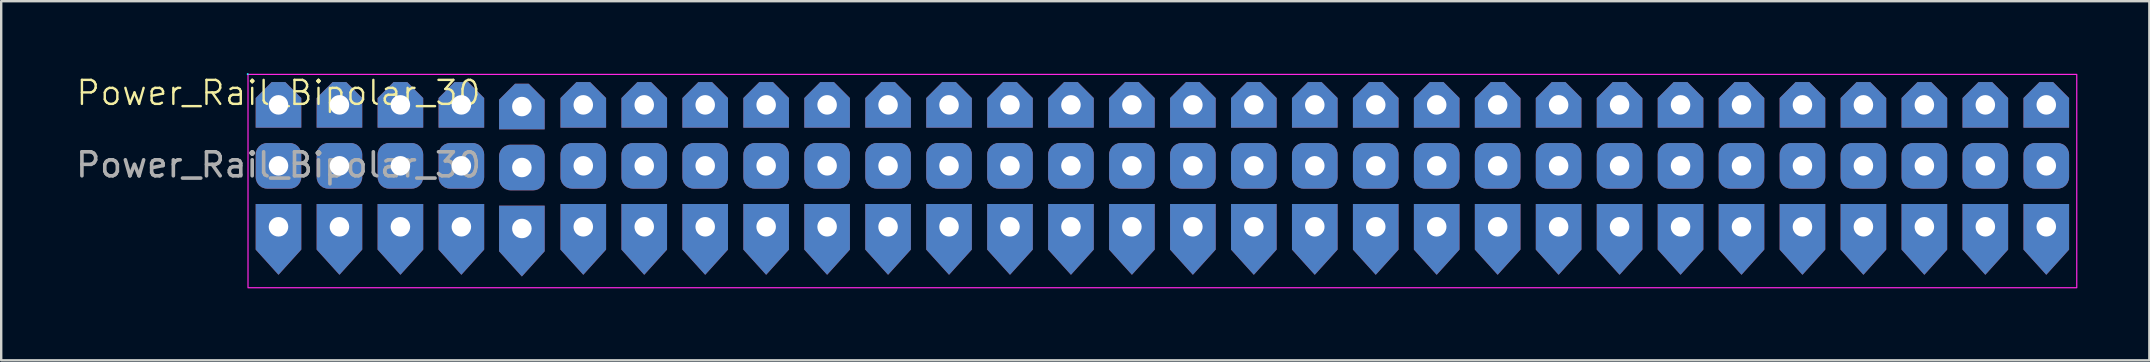
<source format=kicad_pcb>
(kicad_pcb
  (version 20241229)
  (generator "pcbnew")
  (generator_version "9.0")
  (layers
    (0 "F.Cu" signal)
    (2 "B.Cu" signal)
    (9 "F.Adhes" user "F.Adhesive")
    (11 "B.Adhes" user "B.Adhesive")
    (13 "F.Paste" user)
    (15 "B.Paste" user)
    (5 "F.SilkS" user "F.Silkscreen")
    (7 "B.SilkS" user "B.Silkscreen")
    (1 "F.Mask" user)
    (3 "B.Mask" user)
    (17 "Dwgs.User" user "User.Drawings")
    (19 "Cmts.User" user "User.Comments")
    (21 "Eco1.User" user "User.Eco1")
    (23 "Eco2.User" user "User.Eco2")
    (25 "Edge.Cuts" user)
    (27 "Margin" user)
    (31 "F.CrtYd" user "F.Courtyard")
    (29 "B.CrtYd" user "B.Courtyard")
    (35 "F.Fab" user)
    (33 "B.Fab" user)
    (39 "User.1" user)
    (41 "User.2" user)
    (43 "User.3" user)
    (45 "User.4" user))
  (footprint "Power_Rail_Bipolar_30"
    (layer "F.Cu")
    (at 8.554 1.32)
    (property "Reference" "Power_Rail_Bipolar_30" (at 0 -0.5 0) (unlocked yes) (layer "F.SilkS") (effects (font (size 1 1) (thickness 0.1))))
    (attr through_hole)
    (fp_rect (start -1.295 -1.295) (end -1.27 -1.27) (stroke (width 0.05) (type default)) (fill no) (layer "B.CrtYd"))
    (fp_rect (start -1.27 -1.27) (end 74.93 7.62) (stroke (width 0.05) (type default)) (fill no) (layer "F.CrtYd"))
    (fp_text user "${REFERENCE}" (at 0 2.5 0) (unlocked yes) (layer "F.Fab") (effects (font (size 1 1) (thickness 0.15))))
    (pad "1" thru_hole roundrect (at 0 0) (size 1.9 1.9) (drill 0.813) (layers "*.Cu" "*.Mask") (roundrect_rratio 0) (chamfer_ratio 0.35) (chamfer top_left top_right))
    (pad "1" thru_hole roundrect (at 2.54 0) (size 1.9 1.9) (drill 0.813) (layers "*.Cu" "*.Mask") (roundrect_rratio 0) (chamfer_ratio 0.35) (chamfer top_left top_right))
    (pad "1" thru_hole roundrect (at 5.08 0) (size 1.9 1.9) (drill 0.813) (layers "*.Cu" "*.Mask") (roundrect_rratio 0) (chamfer_ratio 0.35) (chamfer top_left top_right))
    (pad "1" thru_hole roundrect (at 7.62 0) (size 1.9 1.9) (drill 0.813) (layers "*.Cu" "*.Mask") (roundrect_rratio 0) (chamfer_ratio 0.35) (chamfer top_left top_right))
    (pad "1" thru_hole roundrect (at 10.141 0.07) (size 1.9 1.9) (drill 0.813) (layers "*.Cu" "*.Mask") (roundrect_rratio 0) (chamfer_ratio 0.35) (chamfer top_left top_right))
    (pad "1" thru_hole roundrect (at 12.7 0) (size 1.9 1.9) (drill 0.813) (layers "*.Cu" "*.Mask") (roundrect_rratio 0) (chamfer_ratio 0.35) (chamfer top_left top_right))
    (pad "1" thru_hole roundrect (at 15.24 0) (size 1.9 1.9) (drill 0.813) (layers "*.Cu" "*.Mask") (roundrect_rratio 0) (chamfer_ratio 0.35) (chamfer top_left top_right))
    (pad "1" thru_hole roundrect (at 17.78 0) (size 1.9 1.9) (drill 0.813) (layers "*.Cu" "*.Mask") (roundrect_rratio 0) (chamfer_ratio 0.35) (chamfer top_left top_right))
    (pad "1" thru_hole roundrect (at 20.32 0) (size 1.9 1.9) (drill 0.813) (layers "*.Cu" "*.Mask") (roundrect_rratio 0) (chamfer_ratio 0.35) (chamfer top_left top_right))
    (pad "1" thru_hole roundrect (at 22.86 0) (size 1.9 1.9) (drill 0.813) (layers "*.Cu" "*.Mask") (roundrect_rratio 0) (chamfer_ratio 0.35) (chamfer top_left top_right))
    (pad "1" thru_hole roundrect (at 25.4 0) (size 1.9 1.9) (drill 0.813) (layers "*.Cu" "*.Mask") (roundrect_rratio 0) (chamfer_ratio 0.35) (chamfer top_left top_right))
    (pad "1" thru_hole roundrect (at 27.94 0) (size 1.9 1.9) (drill 0.813) (layers "*.Cu" "*.Mask") (roundrect_rratio 0) (chamfer_ratio 0.35) (chamfer top_left top_right))
    (pad "1" thru_hole roundrect (at 30.48 0) (size 1.9 1.9) (drill 0.813) (layers "*.Cu" "*.Mask") (roundrect_rratio 0) (chamfer_ratio 0.35) (chamfer top_left top_right))
    (pad "1" thru_hole roundrect (at 33.02 0) (size 1.9 1.9) (drill 0.813) (layers "*.Cu" "*.Mask") (roundrect_rratio 0) (chamfer_ratio 0.35) (chamfer top_left top_right))
    (pad "1" thru_hole roundrect (at 35.56 0) (size 1.9 1.9) (drill 0.813) (layers "*.Cu" "*.Mask") (roundrect_rratio 0) (chamfer_ratio 0.35) (chamfer top_left top_right))
    (pad "1" thru_hole roundrect (at 38.1 0) (size 1.9 1.9) (drill 0.813) (layers "*.Cu" "*.Mask") (roundrect_rratio 0) (chamfer_ratio 0.35) (chamfer top_left top_right))
    (pad "1" thru_hole roundrect (at 40.64 0) (size 1.9 1.9) (drill 0.813) (layers "*.Cu" "*.Mask") (roundrect_rratio 0) (chamfer_ratio 0.35) (chamfer top_left top_right))
    (pad "1" thru_hole roundrect (at 43.18 0) (size 1.9 1.9) (drill 0.813) (layers "*.Cu" "*.Mask") (roundrect_rratio 0) (chamfer_ratio 0.35) (chamfer top_left top_right))
    (pad "1" thru_hole roundrect (at 45.72 0) (size 1.9 1.9) (drill 0.813) (layers "*.Cu" "*.Mask") (roundrect_rratio 0) (chamfer_ratio 0.35) (chamfer top_left top_right))
    (pad "1" thru_hole roundrect (at 48.26 0) (size 1.9 1.9) (drill 0.813) (layers "*.Cu" "*.Mask") (roundrect_rratio 0) (chamfer_ratio 0.35) (chamfer top_left top_right))
    (pad "1" thru_hole roundrect (at 50.8 0) (size 1.9 1.9) (drill 0.813) (layers "*.Cu" "*.Mask") (roundrect_rratio 0) (chamfer_ratio 0.35) (chamfer top_left top_right))
    (pad "1" thru_hole roundrect (at 53.34 0) (size 1.9 1.9) (drill 0.813) (layers "*.Cu" "*.Mask") (roundrect_rratio 0) (chamfer_ratio 0.35) (chamfer top_left top_right))
    (pad "1" thru_hole roundrect (at 55.88 0) (size 1.9 1.9) (drill 0.813) (layers "*.Cu" "*.Mask") (roundrect_rratio 0) (chamfer_ratio 0.35) (chamfer top_left top_right))
    (pad "1" thru_hole roundrect (at 58.42 0) (size 1.9 1.9) (drill 0.813) (layers "*.Cu" "*.Mask") (roundrect_rratio 0) (chamfer_ratio 0.35) (chamfer top_left top_right))
    (pad "1" thru_hole roundrect (at 60.96 0) (size 1.9 1.9) (drill 0.813) (layers "*.Cu" "*.Mask") (roundrect_rratio 0) (chamfer_ratio 0.35) (chamfer top_left top_right))
    (pad "1" thru_hole roundrect (at 63.5 0) (size 1.9 1.9) (drill 0.813) (layers "*.Cu" "*.Mask") (roundrect_rratio 0) (chamfer_ratio 0.35) (chamfer top_left top_right))
    (pad "1" thru_hole roundrect (at 66.04 0) (size 1.9 1.9) (drill 0.813) (layers "*.Cu" "*.Mask") (roundrect_rratio 0) (chamfer_ratio 0.35) (chamfer top_left top_right))
    (pad "1" thru_hole roundrect (at 68.58 0) (size 1.9 1.9) (drill 0.813) (layers "*.Cu" "*.Mask") (roundrect_rratio 0) (chamfer_ratio 0.35) (chamfer top_left top_right))
    (pad "1" thru_hole roundrect (at 71.12 0) (size 1.9 1.9) (drill 0.813) (layers "*.Cu" "*.Mask") (roundrect_rratio 0) (chamfer_ratio 0.35) (chamfer top_left top_right))
    (pad "1" thru_hole roundrect (at 73.66 0) (size 1.9 1.9) (drill 0.813) (layers "*.Cu" "*.Mask") (roundrect_rratio 0) (chamfer_ratio 0.35) (chamfer top_left top_right))
    (pad "2" thru_hole roundrect (at 0 2.54) (size 1.9 1.9) (drill 0.813) (layers "*.Cu" "*.Mask") (roundrect_rratio 0.25))
    (pad "2" thru_hole roundrect (at 2.54 2.54) (size 1.9 1.9) (drill 0.813) (layers "*.Cu" "*.Mask") (roundrect_rratio 0.25))
    (pad "2" thru_hole roundrect (at 5.08 2.54) (size 1.9 1.9) (drill 0.813) (layers "*.Cu" "*.Mask") (roundrect_rratio 0.25))
    (pad "2" thru_hole roundrect (at 7.62 2.54) (size 1.9 1.9) (drill 0.813) (layers "*.Cu" "*.Mask") (roundrect_rratio 0.25))
    (pad "2" thru_hole roundrect (at 10.141 2.61) (size 1.9 1.9) (drill 0.813) (layers "*.Cu" "*.Mask") (roundrect_rratio 0.25))
    (pad "2" thru_hole roundrect (at 12.7 2.54) (size 1.9 1.9) (drill 0.813) (layers "*.Cu" "*.Mask") (roundrect_rratio 0.25))
    (pad "2" thru_hole roundrect (at 15.24 2.54) (size 1.9 1.9) (drill 0.813) (layers "*.Cu" "*.Mask") (roundrect_rratio 0.25))
    (pad "2" thru_hole roundrect (at 17.78 2.54) (size 1.9 1.9) (drill 0.813) (layers "*.Cu" "*.Mask") (roundrect_rratio 0.25))
    (pad "2" thru_hole roundrect (at 20.32 2.54) (size 1.9 1.9) (drill 0.813) (layers "*.Cu" "*.Mask") (roundrect_rratio 0.25))
    (pad "2" thru_hole roundrect (at 22.86 2.54) (size 1.9 1.9) (drill 0.813) (layers "*.Cu" "*.Mask") (roundrect_rratio 0.25))
    (pad "2" thru_hole roundrect (at 25.4 2.54) (size 1.9 1.9) (drill 0.813) (layers "*.Cu" "*.Mask") (roundrect_rratio 0.25))
    (pad "2" thru_hole roundrect (at 27.94 2.54) (size 1.9 1.9) (drill 0.813) (layers "*.Cu" "*.Mask") (roundrect_rratio 0.25))
    (pad "2" thru_hole roundrect (at 30.48 2.54) (size 1.9 1.9) (drill 0.813) (layers "*.Cu" "*.Mask") (roundrect_rratio 0.25))
    (pad "2" thru_hole roundrect (at 33.02 2.54) (size 1.9 1.9) (drill 0.813) (layers "*.Cu" "*.Mask") (roundrect_rratio 0.25))
    (pad "2" thru_hole roundrect (at 35.56 2.54) (size 1.9 1.9) (drill 0.813) (layers "*.Cu" "*.Mask") (roundrect_rratio 0.25))
    (pad "2" thru_hole roundrect (at 38.1 2.54) (size 1.9 1.9) (drill 0.813) (layers "*.Cu" "*.Mask") (roundrect_rratio 0.25))
    (pad "2" thru_hole roundrect (at 40.64 2.54) (size 1.9 1.9) (drill 0.813) (layers "*.Cu" "*.Mask") (roundrect_rratio 0.25))
    (pad "2" thru_hole roundrect (at 43.18 2.54) (size 1.9 1.9) (drill 0.813) (layers "*.Cu" "*.Mask") (roundrect_rratio 0.25))
    (pad "2" thru_hole roundrect (at 45.72 2.54) (size 1.9 1.9) (drill 0.813) (layers "*.Cu" "*.Mask") (roundrect_rratio 0.25))
    (pad "2" thru_hole roundrect (at 48.26 2.54) (size 1.9 1.9) (drill 0.813) (layers "*.Cu" "*.Mask") (roundrect_rratio 0.25))
    (pad "2" thru_hole roundrect (at 50.8 2.54) (size 1.9 1.9) (drill 0.813) (layers "*.Cu" "*.Mask") (roundrect_rratio 0.25))
    (pad "2" thru_hole roundrect (at 53.34 2.54) (size 1.9 1.9) (drill 0.813) (layers "*.Cu" "*.Mask") (roundrect_rratio 0.25))
    (pad "2" thru_hole roundrect (at 55.88 2.54) (size 1.9 1.9) (drill 0.813) (layers "*.Cu" "*.Mask") (roundrect_rratio 0.25))
    (pad "2" thru_hole roundrect (at 58.42 2.54) (size 1.9 1.9) (drill 0.813) (layers "*.Cu" "*.Mask") (roundrect_rratio 0.25))
    (pad "2" thru_hole roundrect (at 60.96 2.54) (size 1.9 1.9) (drill 0.813) (layers "*.Cu" "*.Mask") (roundrect_rratio 0.25))
    (pad "2" thru_hole roundrect (at 63.5 2.54) (size 1.9 1.9) (drill 0.813) (layers "*.Cu" "*.Mask") (roundrect_rratio 0.25))
    (pad "2" thru_hole roundrect (at 66.04 2.54) (size 1.9 1.9) (drill 0.813) (layers "*.Cu" "*.Mask") (roundrect_rratio 0.25))
    (pad "2" thru_hole roundrect (at 68.58 2.54) (size 1.9 1.9) (drill 0.813) (layers "*.Cu" "*.Mask") (roundrect_rratio 0.25))
    (pad "2" thru_hole roundrect (at 71.12 2.54) (size 1.9 1.9) (drill 0.813) (layers "*.Cu" "*.Mask") (roundrect_rratio 0.25))
    (pad "2" thru_hole roundrect (at 73.66 2.54) (size 1.9 1.9) (drill 0.813) (layers "*.Cu" "*.Mask") (roundrect_rratio 0.25))
    (pad "3" thru_hole custom (at 0 5.08) (size 1.9 1.9) (drill 0.813) (layers "*.Cu" "*.Mask") (options (anchor rect)) (primitives (gr_poly (pts (xy -0.95 0.95) (xy 0 2) (xy 0.95 0.95)) (width 0) (fill yes))))
    (pad "3" thru_hole custom (at 2.54 5.08) (size 1.9 1.9) (drill 0.813) (layers "*.Cu" "*.Mask") (options (anchor rect)) (primitives (gr_poly (pts (xy -0.95 0.95) (xy 0 2) (xy 0.95 0.95)) (width 0) (fill yes))))
    (pad "3" thru_hole custom (at 5.08 5.08) (size 1.9 1.9) (drill 0.813) (layers "*.Cu" "*.Mask") (options (anchor rect)) (primitives (gr_poly (pts (xy -0.95 0.95) (xy 0 2) (xy 0.95 0.95)) (width 0) (fill yes))))
    (pad "3" thru_hole custom (at 7.62 5.08) (size 1.9 1.9) (drill 0.813) (layers "*.Cu" "*.Mask") (options (anchor rect)) (primitives (gr_poly (pts (xy -0.95 0.95) (xy 0 2) (xy 0.95 0.95)) (width 0) (fill yes))))
    (pad "3" thru_hole custom (at 10.141 5.15) (size 1.9 1.9) (drill 0.813) (layers "*.Cu" "*.Mask") (options (anchor rect)) (primitives (gr_poly (pts (xy -0.95 0.95) (xy 0 2) (xy 0.95 0.95)) (width 0) (fill yes))))
    (pad "3" thru_hole custom (at 12.7 5.08) (size 1.9 1.9) (drill 0.813) (layers "*.Cu" "*.Mask") (options (anchor rect)) (primitives (gr_poly (pts (xy -0.95 0.95) (xy 0 2) (xy 0.95 0.95)) (width 0) (fill yes))))
    (pad "3" thru_hole custom (at 15.24 5.08) (size 1.9 1.9) (drill 0.813) (layers "*.Cu" "*.Mask") (options (anchor rect)) (primitives (gr_poly (pts (xy -0.95 0.95) (xy 0 2) (xy 0.95 0.95)) (width 0) (fill yes))))
    (pad "3" thru_hole custom (at 17.78 5.08) (size 1.9 1.9) (drill 0.813) (layers "*.Cu" "*.Mask") (options (anchor rect)) (primitives (gr_poly (pts (xy -0.95 0.95) (xy 0 2) (xy 0.95 0.95)) (width 0) (fill yes))))
    (pad "3" thru_hole custom (at 20.32 5.08) (size 1.9 1.9) (drill 0.813) (layers "*.Cu" "*.Mask") (options (anchor rect)) (primitives (gr_poly (pts (xy -0.95 0.95) (xy 0 2) (xy 0.95 0.95)) (width 0) (fill yes))))
    (pad "3" thru_hole custom (at 22.86 5.08) (size 1.9 1.9) (drill 0.813) (layers "*.Cu" "*.Mask") (options (anchor rect)) (primitives (gr_poly (pts (xy -0.95 0.95) (xy 0 2) (xy 0.95 0.95)) (width 0) (fill yes))))
    (pad "3" thru_hole custom (at 25.4 5.08) (size 1.9 1.9) (drill 0.813) (layers "*.Cu" "*.Mask") (options (anchor rect)) (primitives (gr_poly (pts (xy -0.95 0.95) (xy 0 2) (xy 0.95 0.95)) (width 0) (fill yes))))
    (pad "3" thru_hole custom (at 27.94 5.08) (size 1.9 1.9) (drill 0.813) (layers "*.Cu" "*.Mask") (options (anchor rect)) (primitives (gr_poly (pts (xy -0.95 0.95) (xy 0 2) (xy 0.95 0.95)) (width 0) (fill yes))))
    (pad "3" thru_hole custom (at 30.48 5.08) (size 1.9 1.9) (drill 0.813) (layers "*.Cu" "*.Mask") (options (anchor rect)) (primitives (gr_poly (pts (xy -0.95 0.95) (xy 0 2) (xy 0.95 0.95)) (width 0) (fill yes))))
    (pad "3" thru_hole custom (at 33.02 5.08) (size 1.9 1.9) (drill 0.813) (layers "*.Cu" "*.Mask") (options (anchor rect)) (primitives (gr_poly (pts (xy -0.95 0.95) (xy 0 2) (xy 0.95 0.95)) (width 0) (fill yes))))
    (pad "3" thru_hole custom (at 35.56 5.08) (size 1.9 1.9) (drill 0.813) (layers "*.Cu" "*.Mask") (options (anchor rect)) (primitives (gr_poly (pts (xy -0.95 0.95) (xy 0 2) (xy 0.95 0.95)) (width 0) (fill yes))))
    (pad "3" thru_hole custom (at 38.1 5.08) (size 1.9 1.9) (drill 0.813) (layers "*.Cu" "*.Mask") (options (anchor rect)) (primitives (gr_poly (pts (xy -0.95 0.95) (xy 0 2) (xy 0.95 0.95)) (width 0) (fill yes))))
    (pad "3" thru_hole custom (at 40.64 5.08) (size 1.9 1.9) (drill 0.813) (layers "*.Cu" "*.Mask") (options (anchor rect)) (primitives (gr_poly (pts (xy -0.95 0.95) (xy 0 2) (xy 0.95 0.95)) (width 0) (fill yes))))
    (pad "3" thru_hole custom (at 43.18 5.08) (size 1.9 1.9) (drill 0.813) (layers "*.Cu" "*.Mask") (options (anchor rect)) (primitives (gr_poly (pts (xy -0.95 0.95) (xy 0 2) (xy 0.95 0.95)) (width 0) (fill yes))))
    (pad "3" thru_hole custom (at 45.72 5.08) (size 1.9 1.9) (drill 0.813) (layers "*.Cu" "*.Mask") (options (anchor rect)) (primitives (gr_poly (pts (xy -0.95 0.95) (xy 0 2) (xy 0.95 0.95)) (width 0) (fill yes))))
    (pad "3" thru_hole custom (at 48.26 5.08) (size 1.9 1.9) (drill 0.813) (layers "*.Cu" "*.Mask") (options (anchor rect)) (primitives (gr_poly (pts (xy -0.95 0.95) (xy 0 2) (xy 0.95 0.95)) (width 0) (fill yes))))
    (pad "3" thru_hole custom (at 50.8 5.08) (size 1.9 1.9) (drill 0.813) (layers "*.Cu" "*.Mask") (options (anchor rect)) (primitives (gr_poly (pts (xy -0.95 0.95) (xy 0 2) (xy 0.95 0.95)) (width 0) (fill yes))))
    (pad "3" thru_hole custom (at 53.34 5.08) (size 1.9 1.9) (drill 0.813) (layers "*.Cu" "*.Mask") (options (anchor rect)) (primitives (gr_poly (pts (xy -0.95 0.95) (xy 0 2) (xy 0.95 0.95)) (width 0) (fill yes))))
    (pad "3" thru_hole custom (at 55.88 5.08) (size 1.9 1.9) (drill 0.813) (layers "*.Cu" "*.Mask") (options (anchor rect)) (primitives (gr_poly (pts (xy -0.95 0.95) (xy 0 2) (xy 0.95 0.95)) (width 0) (fill yes))))
    (pad "3" thru_hole custom (at 58.42 5.08) (size 1.9 1.9) (drill 0.813) (layers "*.Cu" "*.Mask") (options (anchor rect)) (primitives (gr_poly (pts (xy -0.95 0.95) (xy 0 2) (xy 0.95 0.95)) (width 0) (fill yes))))
    (pad "3" thru_hole custom (at 60.96 5.08) (size 1.9 1.9) (drill 0.813) (layers "*.Cu" "*.Mask") (options (anchor rect)) (primitives (gr_poly (pts (xy -0.95 0.95) (xy 0 2) (xy 0.95 0.95)) (width 0) (fill yes))))
    (pad "3" thru_hole custom (at 63.5 5.08) (size 1.9 1.9) (drill 0.813) (layers "*.Cu" "*.Mask") (options (anchor rect)) (primitives (gr_poly (pts (xy -0.95 0.95) (xy 0 2) (xy 0.95 0.95)) (width 0) (fill yes))))
    (pad "3" thru_hole custom (at 66.04 5.08) (size 1.9 1.9) (drill 0.813) (layers "*.Cu" "*.Mask") (options (anchor rect)) (primitives (gr_poly (pts (xy -0.95 0.95) (xy 0 2) (xy 0.95 0.95)) (width 0) (fill yes))))
    (pad "3" thru_hole custom (at 68.58 5.08) (size 1.9 1.9) (drill 0.813) (layers "*.Cu" "*.Mask") (options (anchor rect)) (primitives (gr_poly (pts (xy -0.95 0.95) (xy 0 2) (xy 0.95 0.95)) (width 0) (fill yes))))
    (pad "3" thru_hole custom (at 71.12 5.08) (size 1.9 1.9) (drill 0.813) (layers "*.Cu" "*.Mask") (options (anchor rect)) (primitives (gr_poly (pts (xy -0.95 0.95) (xy 0 2) (xy 0.95 0.95)) (width 0) (fill yes))))
    (pad "3" thru_hole custom (at 73.66 5.08) (size 1.9 1.9) (drill 0.813) (layers "*.Cu" "*.Mask") (options (anchor rect)) (primitives (gr_poly (pts (xy -0.95 0.95) (xy 0 2) (xy 0.95 0.95)) (width 0) (fill yes)))))
  (gr_rect
    (start -3 -3)
    (end 86.509 11.965)
    (stroke (width 0.1) (type default))
    (fill no)
    (layer "Edge.Cuts")))
</source>
